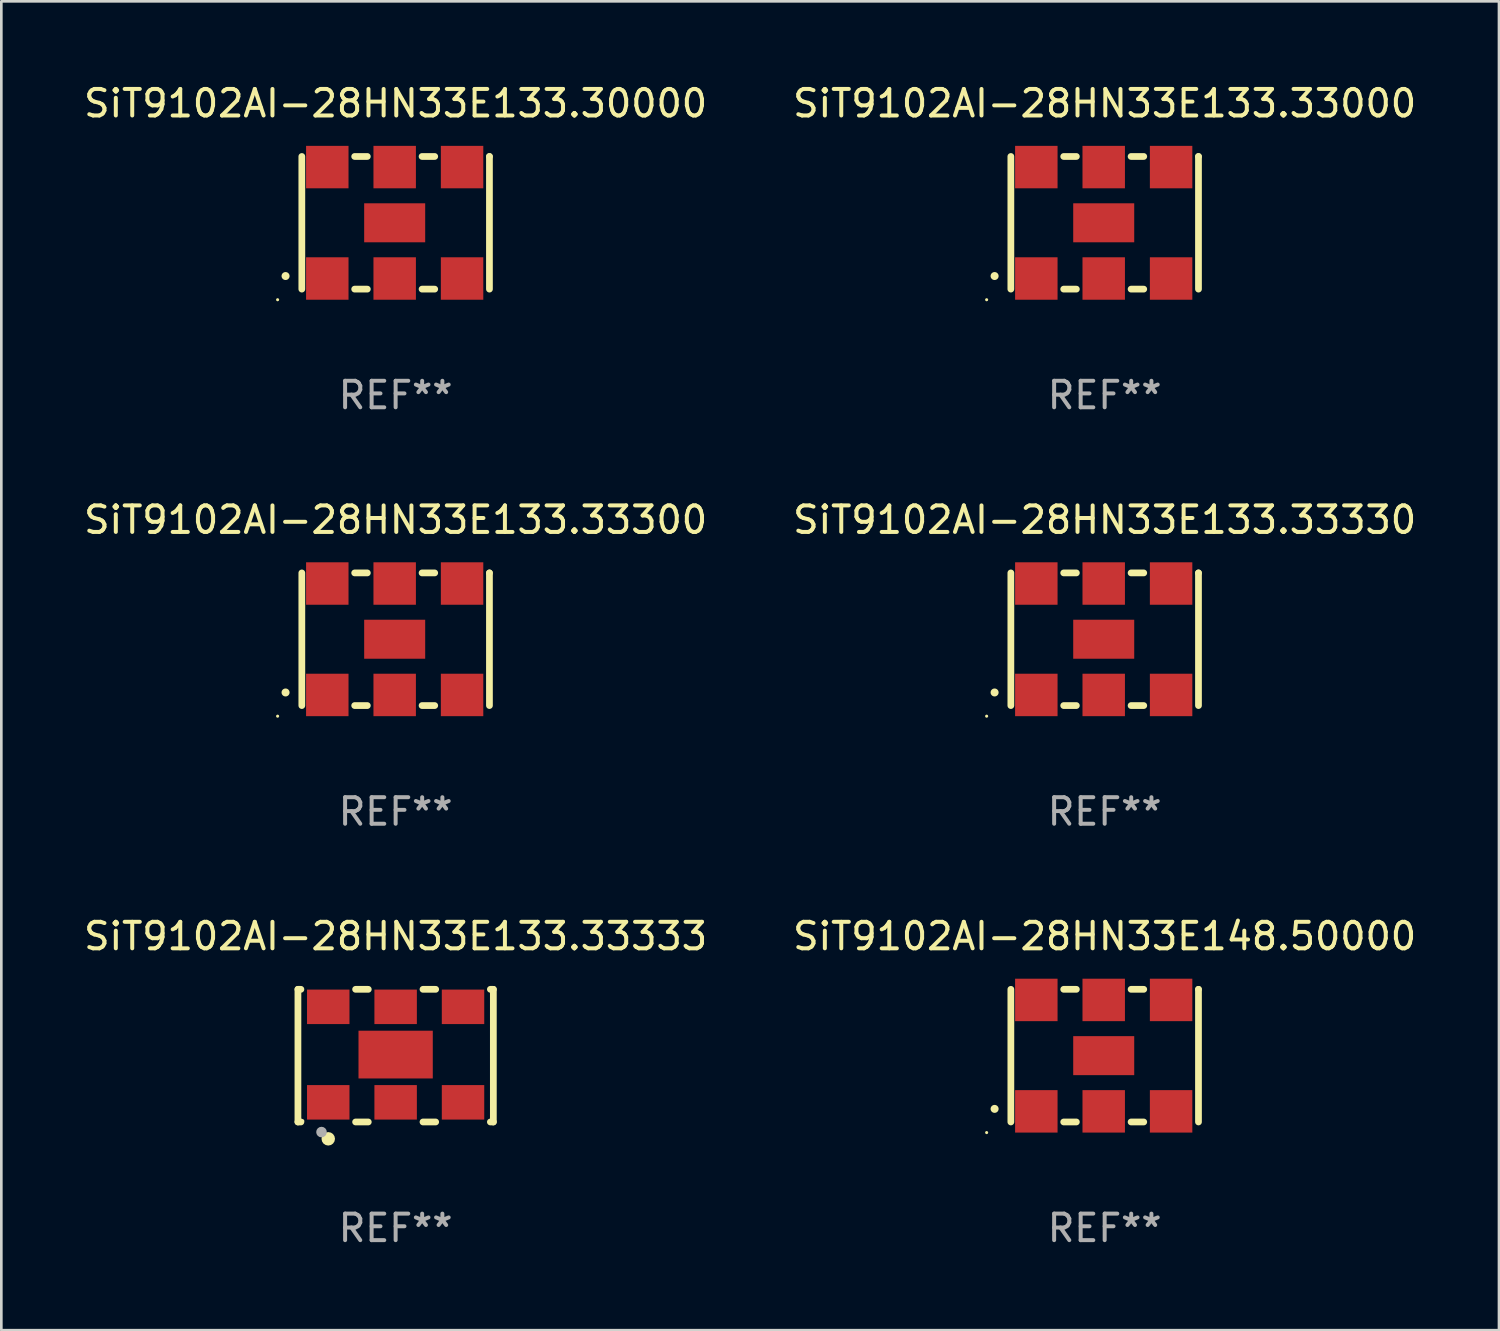
<source format=kicad_pcb>
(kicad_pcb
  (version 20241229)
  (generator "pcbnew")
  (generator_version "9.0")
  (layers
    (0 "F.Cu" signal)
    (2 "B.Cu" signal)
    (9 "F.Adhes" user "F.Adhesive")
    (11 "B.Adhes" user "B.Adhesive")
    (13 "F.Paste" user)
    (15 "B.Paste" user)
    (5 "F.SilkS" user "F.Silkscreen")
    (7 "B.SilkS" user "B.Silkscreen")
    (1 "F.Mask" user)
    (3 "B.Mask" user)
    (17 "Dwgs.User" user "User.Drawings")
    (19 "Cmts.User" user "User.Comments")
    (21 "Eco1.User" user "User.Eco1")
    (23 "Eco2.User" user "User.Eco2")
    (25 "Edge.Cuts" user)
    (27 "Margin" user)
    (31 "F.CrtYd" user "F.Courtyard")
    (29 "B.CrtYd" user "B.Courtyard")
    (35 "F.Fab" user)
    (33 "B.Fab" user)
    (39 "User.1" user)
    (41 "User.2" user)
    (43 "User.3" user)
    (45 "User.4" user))
  (footprint "SiT9102AI-28HN33E133.33333"
    (layer "F.Cu")
    (at 11.863 36.741)
    (property "Reference" "SiT9102AI-28HN33E133.33333" (at 0 -4.5 0) (layer "F.SilkS") (effects (font (size 1 1) (thickness 0.15))))
    (attr through_hole)
    (fp_line (start -3.683 -2.5) (end -3.571 -2.5) (stroke (width 0.254) (type solid)) (layer "F.SilkS"))
    (fp_line (start -3.683 2.5) (end -3.683 -2.5) (stroke (width 0.254) (type solid)) (layer "F.SilkS"))
    (fp_line (start -3.683 2.5) (end -3.571 2.5) (stroke (width 0.254) (type solid)) (layer "F.SilkS"))
    (fp_line (start -1.509 -2.5) (end -1.031 -2.5) (stroke (width 0.254) (type solid)) (layer "F.SilkS"))
    (fp_line (start -1.509 2.5) (end -1.031 2.5) (stroke (width 0.254) (type solid)) (layer "F.SilkS"))
    (fp_line (start 1.031 -2.5) (end 1.509 -2.5) (stroke (width 0.254) (type solid)) (layer "F.SilkS"))
    (fp_line (start 1.031 2.5) (end 1.509 2.5) (stroke (width 0.254) (type solid)) (layer "F.SilkS"))
    (fp_line (start 3.571 -2.5) (end 3.683 -2.5) (stroke (width 0.254) (type solid)) (layer "F.SilkS"))
    (fp_line (start 3.571 2.5) (end 3.683 2.5) (stroke (width 0.254) (type solid)) (layer "F.SilkS"))
    (fp_line (start 3.683 2.5) (end 3.683 -2.5) (stroke (width 0.254) (type solid)) (layer "F.SilkS"))
    (fp_circle (center -3.5 2.46) (end -3.47 2.46) (stroke (width 0.06) (type solid)) (fill no) (layer "F.SilkS"))
    (fp_circle (center -2.54 3.135) (end -2.413 3.135) (stroke (width 0.254) (type solid)) (fill no) (layer "F.SilkS"))
    (fp_circle (center -2.794 2.881) (end -2.694 2.881) (stroke (width 0.2) (type solid)) (fill no) (layer "F.Fab"))
    (fp_text user "REF**" (at 0 6.5 0) (layer "F.Fab") (effects (font (size 1 1) (thickness 0.15))))
    (pad "1" smd rect (at -2.54 1.76) (size 1.6 1.3) (layers "F.Cu" "F.Mask" "F.Paste"))
    (pad "2" smd rect (at 0 1.76) (size 1.6 1.3) (layers "F.Cu" "F.Mask" "F.Paste"))
    (pad "3" smd rect (at 2.54 1.76) (size 1.6 1.3) (layers "F.Cu" "F.Mask" "F.Paste"))
    (pad "4" smd rect (at 2.54 -1.84) (size 1.6 1.3) (layers "F.Cu" "F.Mask" "F.Paste"))
    (pad "5" smd rect (at 0 -1.84) (size 1.6 1.3) (layers "F.Cu" "F.Mask" "F.Paste"))
    (pad "6" smd rect (at -2.54 -1.84) (size 1.6 1.3) (layers "F.Cu" "F.Mask" "F.Paste"))
    (pad "7" smd rect (at 0 -0.04) (size 2.8 1.8) (layers "F.Cu" "F.Mask" "F.Paste")))
  (footprint "SiT9102AI-28HN33E133.33000"
    (layer "F.Cu")
    (at 38.589 5.348)
    (property "Reference" "SiT9102AI-28HN33E133.33000" (at 0 -4.5 0) (layer "F.SilkS") (effects (font (size 1 1) (thickness 0.15))))
    (attr through_hole)
    (fp_line (start -3.536 -2.5) (end -3.536 2.5) (stroke (width 0.254) (type solid)) (layer "F.SilkS"))
    (fp_line (start -1.544 2.5) (end -1.067 2.5) (stroke (width 0.254) (type solid)) (layer "F.SilkS"))
    (fp_line (start -1.067 -2.5) (end -1.544 -2.5) (stroke (width 0.254) (type solid)) (layer "F.SilkS"))
    (fp_line (start 0.996 2.5) (end 1.473 2.5) (stroke (width 0.254) (type solid)) (layer "F.SilkS"))
    (fp_line (start 1.473 -2.5) (end 0.996 -2.5) (stroke (width 0.254) (type solid)) (layer "F.SilkS"))
    (fp_line (start 3.536 -2.5) (end 3.536 -2.5) (stroke (width 0.254) (type solid)) (layer "F.SilkS"))
    (fp_line (start 3.536 2.5) (end 3.536 -2.5) (stroke (width 0.254) (type solid)) (layer "F.SilkS"))
    (fp_arc (start -4.150432 2.006604) (mid -4.149162 2.006599) (end -4.147892 2.006604) (stroke (width 0.3) (type solid)) (layer "F.SilkS"))
    (fp_circle (center -4.449 2.9) (end -4.419 2.9) (stroke (width 0.06) (type solid)) (fill no) (layer "F.SilkS"))
    (fp_text user "REF**" (at 0 6.5 0) (layer "F.Fab") (effects (font (size 1 1) (thickness 0.15))))
    (pad "1" smd rect (at -2.576 2.1) (size 1.6 1.6) (layers "F.Cu" "F.Mask" "F.Paste"))
    (pad "2" smd rect (at -0.036 2.1) (size 1.6 1.6) (layers "F.Cu" "F.Mask" "F.Paste"))
    (pad "3" smd rect (at 2.504 2.1) (size 1.6 1.6) (layers "F.Cu" "F.Mask" "F.Paste"))
    (pad "4" smd rect (at 2.504 -2.1) (size 1.6 1.6) (layers "F.Cu" "F.Mask" "F.Paste"))
    (pad "5" smd rect (at -0.036 -2.1) (size 1.6 1.6) (layers "F.Cu" "F.Mask" "F.Paste"))
    (pad "6" smd rect (at -2.576 -2.1) (size 1.6 1.6) (layers "F.Cu" "F.Mask" "F.Paste"))
    (pad "7" smd rect (at -0.036 0) (size 2.3 1.47) (layers "F.Cu" "F.Mask" "F.Paste")))
  (footprint "SiT9102AI-28HN33E148.50000"
    (layer "F.Cu")
    (at 38.589 36.741)
    (property "Reference" "SiT9102AI-28HN33E148.50000" (at 0 -4.5 0) (layer "F.SilkS") (effects (font (size 1 1) (thickness 0.15))))
    (attr through_hole)
    (fp_line (start -3.536 -2.5) (end -3.536 2.5) (stroke (width 0.254) (type solid)) (layer "F.SilkS"))
    (fp_line (start -1.544 2.5) (end -1.067 2.5) (stroke (width 0.254) (type solid)) (layer "F.SilkS"))
    (fp_line (start -1.067 -2.5) (end -1.544 -2.5) (stroke (width 0.254) (type solid)) (layer "F.SilkS"))
    (fp_line (start 0.996 2.5) (end 1.473 2.5) (stroke (width 0.254) (type solid)) (layer "F.SilkS"))
    (fp_line (start 1.473 -2.5) (end 0.996 -2.5) (stroke (width 0.254) (type solid)) (layer "F.SilkS"))
    (fp_line (start 3.536 -2.5) (end 3.536 -2.5) (stroke (width 0.254) (type solid)) (layer "F.SilkS"))
    (fp_line (start 3.536 2.5) (end 3.536 -2.5) (stroke (width 0.254) (type solid)) (layer "F.SilkS"))
    (fp_arc (start -4.150432 2.006604) (mid -4.149162 2.006599) (end -4.147892 2.006604) (stroke (width 0.3) (type solid)) (layer "F.SilkS"))
    (fp_circle (center -4.449 2.9) (end -4.419 2.9) (stroke (width 0.06) (type solid)) (fill no) (layer "F.SilkS"))
    (fp_text user "REF**" (at 0 6.5 0) (layer "F.Fab") (effects (font (size 1 1) (thickness 0.15))))
    (pad "1" smd rect (at -2.576 2.1) (size 1.6 1.6) (layers "F.Cu" "F.Mask" "F.Paste"))
    (pad "2" smd rect (at -0.036 2.1) (size 1.6 1.6) (layers "F.Cu" "F.Mask" "F.Paste"))
    (pad "3" smd rect (at 2.504 2.1) (size 1.6 1.6) (layers "F.Cu" "F.Mask" "F.Paste"))
    (pad "4" smd rect (at 2.504 -2.1) (size 1.6 1.6) (layers "F.Cu" "F.Mask" "F.Paste"))
    (pad "5" smd rect (at -0.036 -2.1) (size 1.6 1.6) (layers "F.Cu" "F.Mask" "F.Paste"))
    (pad "6" smd rect (at -2.576 -2.1) (size 1.6 1.6) (layers "F.Cu" "F.Mask" "F.Paste"))
    (pad "7" smd rect (at -0.036 0) (size 2.3 1.47) (layers "F.Cu" "F.Mask" "F.Paste")))
  (footprint "SiT9102AI-28HN33E133.33330"
    (layer "F.Cu")
    (at 38.589 21.045)
    (property "Reference" "SiT9102AI-28HN33E133.33330" (at 0 -4.5 0) (layer "F.SilkS") (effects (font (size 1 1) (thickness 0.15))))
    (attr through_hole)
    (fp_line (start -3.536 -2.5) (end -3.536 2.5) (stroke (width 0.254) (type solid)) (layer "F.SilkS"))
    (fp_line (start -1.544 2.5) (end -1.067 2.5) (stroke (width 0.254) (type solid)) (layer "F.SilkS"))
    (fp_line (start -1.067 -2.5) (end -1.544 -2.5) (stroke (width 0.254) (type solid)) (layer "F.SilkS"))
    (fp_line (start 0.996 2.5) (end 1.473 2.5) (stroke (width 0.254) (type solid)) (layer "F.SilkS"))
    (fp_line (start 1.473 -2.5) (end 0.996 -2.5) (stroke (width 0.254) (type solid)) (layer "F.SilkS"))
    (fp_line (start 3.536 -2.5) (end 3.536 -2.5) (stroke (width 0.254) (type solid)) (layer "F.SilkS"))
    (fp_line (start 3.536 2.5) (end 3.536 -2.5) (stroke (width 0.254) (type solid)) (layer "F.SilkS"))
    (fp_arc (start -4.150432 2.006604) (mid -4.149162 2.006599) (end -4.147892 2.006604) (stroke (width 0.3) (type solid)) (layer "F.SilkS"))
    (fp_circle (center -4.449 2.9) (end -4.419 2.9) (stroke (width 0.06) (type solid)) (fill no) (layer "F.SilkS"))
    (fp_text user "REF**" (at 0 6.5 0) (layer "F.Fab") (effects (font (size 1 1) (thickness 0.15))))
    (pad "1" smd rect (at -2.576 2.1) (size 1.6 1.6) (layers "F.Cu" "F.Mask" "F.Paste"))
    (pad "2" smd rect (at -0.036 2.1) (size 1.6 1.6) (layers "F.Cu" "F.Mask" "F.Paste"))
    (pad "3" smd rect (at 2.504 2.1) (size 1.6 1.6) (layers "F.Cu" "F.Mask" "F.Paste"))
    (pad "4" smd rect (at 2.504 -2.1) (size 1.6 1.6) (layers "F.Cu" "F.Mask" "F.Paste"))
    (pad "5" smd rect (at -0.036 -2.1) (size 1.6 1.6) (layers "F.Cu" "F.Mask" "F.Paste"))
    (pad "6" smd rect (at -2.576 -2.1) (size 1.6 1.6) (layers "F.Cu" "F.Mask" "F.Paste"))
    (pad "7" smd rect (at -0.036 0) (size 2.3 1.47) (layers "F.Cu" "F.Mask" "F.Paste")))
  (footprint "SiT9102AI-28HN33E133.30000"
    (layer "F.Cu")
    (at 11.863 5.348)
    (property "Reference" "SiT9102AI-28HN33E133.30000" (at 0 -4.5 0) (layer "F.SilkS") (effects (font (size 1 1) (thickness 0.15))))
    (attr through_hole)
    (fp_line (start -3.536 -2.5) (end -3.536 2.5) (stroke (width 0.254) (type solid)) (layer "F.SilkS"))
    (fp_line (start -1.544 2.5) (end -1.067 2.5) (stroke (width 0.254) (type solid)) (layer "F.SilkS"))
    (fp_line (start -1.067 -2.5) (end -1.544 -2.5) (stroke (width 0.254) (type solid)) (layer "F.SilkS"))
    (fp_line (start 0.996 2.5) (end 1.473 2.5) (stroke (width 0.254) (type solid)) (layer "F.SilkS"))
    (fp_line (start 1.473 -2.5) (end 0.996 -2.5) (stroke (width 0.254) (type solid)) (layer "F.SilkS"))
    (fp_line (start 3.536 -2.5) (end 3.536 -2.5) (stroke (width 0.254) (type solid)) (layer "F.SilkS"))
    (fp_line (start 3.536 2.5) (end 3.536 -2.5) (stroke (width 0.254) (type solid)) (layer "F.SilkS"))
    (fp_arc (start -4.150432 2.006604) (mid -4.149162 2.006599) (end -4.147892 2.006604) (stroke (width 0.3) (type solid)) (layer "F.SilkS"))
    (fp_circle (center -4.449 2.9) (end -4.419 2.9) (stroke (width 0.06) (type solid)) (fill no) (layer "F.SilkS"))
    (fp_text user "REF**" (at 0 6.5 0) (layer "F.Fab") (effects (font (size 1 1) (thickness 0.15))))
    (pad "1" smd rect (at -2.576 2.1) (size 1.6 1.6) (layers "F.Cu" "F.Mask" "F.Paste"))
    (pad "2" smd rect (at -0.036 2.1) (size 1.6 1.6) (layers "F.Cu" "F.Mask" "F.Paste"))
    (pad "3" smd rect (at 2.504 2.1) (size 1.6 1.6) (layers "F.Cu" "F.Mask" "F.Paste"))
    (pad "4" smd rect (at 2.504 -2.1) (size 1.6 1.6) (layers "F.Cu" "F.Mask" "F.Paste"))
    (pad "5" smd rect (at -0.036 -2.1) (size 1.6 1.6) (layers "F.Cu" "F.Mask" "F.Paste"))
    (pad "6" smd rect (at -2.576 -2.1) (size 1.6 1.6) (layers "F.Cu" "F.Mask" "F.Paste"))
    (pad "7" smd rect (at -0.036 0) (size 2.3 1.47) (layers "F.Cu" "F.Mask" "F.Paste")))
  (footprint "SiT9102AI-28HN33E133.33300"
    (layer "F.Cu")
    (at 11.863 21.045)
    (property "Reference" "SiT9102AI-28HN33E133.33300" (at 0 -4.5 0) (layer "F.SilkS") (effects (font (size 1 1) (thickness 0.15))))
    (attr through_hole)
    (fp_line (start -3.536 -2.5) (end -3.536 2.5) (stroke (width 0.254) (type solid)) (layer "F.SilkS"))
    (fp_line (start -1.544 2.5) (end -1.067 2.5) (stroke (width 0.254) (type solid)) (layer "F.SilkS"))
    (fp_line (start -1.067 -2.5) (end -1.544 -2.5) (stroke (width 0.254) (type solid)) (layer "F.SilkS"))
    (fp_line (start 0.996 2.5) (end 1.473 2.5) (stroke (width 0.254) (type solid)) (layer "F.SilkS"))
    (fp_line (start 1.473 -2.5) (end 0.996 -2.5) (stroke (width 0.254) (type solid)) (layer "F.SilkS"))
    (fp_line (start 3.536 -2.5) (end 3.536 -2.5) (stroke (width 0.254) (type solid)) (layer "F.SilkS"))
    (fp_line (start 3.536 2.5) (end 3.536 -2.5) (stroke (width 0.254) (type solid)) (layer "F.SilkS"))
    (fp_arc (start -4.150432 2.006604) (mid -4.149162 2.006599) (end -4.147892 2.006604) (stroke (width 0.3) (type solid)) (layer "F.SilkS"))
    (fp_circle (center -4.449 2.9) (end -4.419 2.9) (stroke (width 0.06) (type solid)) (fill no) (layer "F.SilkS"))
    (fp_text user "REF**" (at 0 6.5 0) (layer "F.Fab") (effects (font (size 1 1) (thickness 0.15))))
    (pad "1" smd rect (at -2.576 2.1) (size 1.6 1.6) (layers "F.Cu" "F.Mask" "F.Paste"))
    (pad "2" smd rect (at -0.036 2.1) (size 1.6 1.6) (layers "F.Cu" "F.Mask" "F.Paste"))
    (pad "3" smd rect (at 2.504 2.1) (size 1.6 1.6) (layers "F.Cu" "F.Mask" "F.Paste"))
    (pad "4" smd rect (at 2.504 -2.1) (size 1.6 1.6) (layers "F.Cu" "F.Mask" "F.Paste"))
    (pad "5" smd rect (at -0.036 -2.1) (size 1.6 1.6) (layers "F.Cu" "F.Mask" "F.Paste"))
    (pad "6" smd rect (at -2.576 -2.1) (size 1.6 1.6) (layers "F.Cu" "F.Mask" "F.Paste"))
    (pad "7" smd rect (at -0.036 0) (size 2.3 1.47) (layers "F.Cu" "F.Mask" "F.Paste")))
  (gr_rect
    (start -3 -3)
    (end 53.452 47.09)
    (stroke (width 0.1) (type default))
    (fill no)
    (layer "Edge.Cuts")))
</source>
